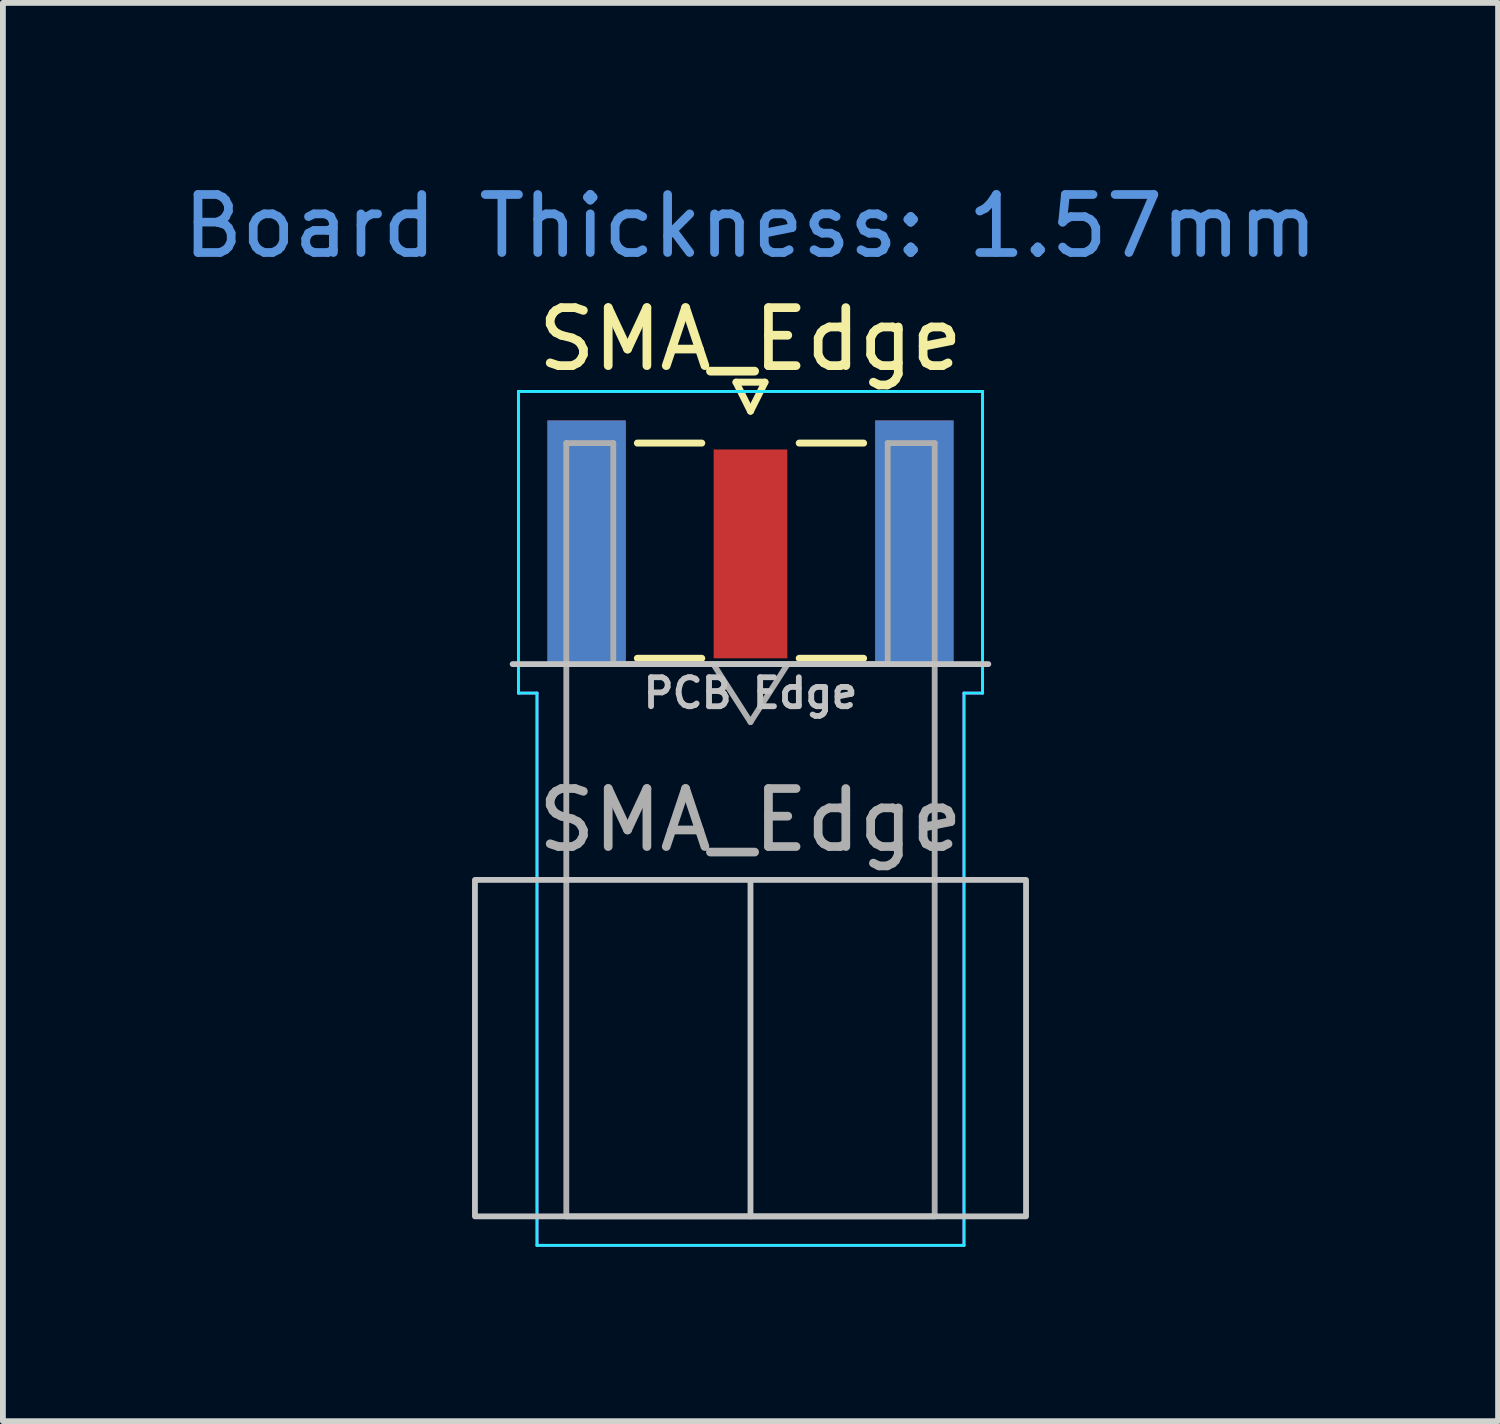
<source format=kicad_pcb>
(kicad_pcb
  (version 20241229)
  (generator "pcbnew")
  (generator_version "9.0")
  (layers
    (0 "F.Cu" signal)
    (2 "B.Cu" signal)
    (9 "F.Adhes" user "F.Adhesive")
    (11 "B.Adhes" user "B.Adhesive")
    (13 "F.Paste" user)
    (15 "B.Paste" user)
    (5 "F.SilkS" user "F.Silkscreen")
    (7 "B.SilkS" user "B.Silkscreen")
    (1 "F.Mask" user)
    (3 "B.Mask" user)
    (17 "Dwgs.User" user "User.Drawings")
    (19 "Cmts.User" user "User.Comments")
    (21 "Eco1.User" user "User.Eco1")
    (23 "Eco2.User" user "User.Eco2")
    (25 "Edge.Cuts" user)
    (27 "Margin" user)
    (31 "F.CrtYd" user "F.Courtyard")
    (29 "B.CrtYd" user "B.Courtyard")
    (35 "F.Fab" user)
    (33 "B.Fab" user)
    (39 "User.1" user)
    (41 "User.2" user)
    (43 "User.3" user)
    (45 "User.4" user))
  (footprint "SMA_Edge"
    (layer "F.Cu")
    (at 9.887 6.298)
    (property "Reference" "SMA_Edge" (at 0 -3.5 0) (layer "F.SilkS") (effects (font (size 1 1) (thickness 0.15))))
    (attr smd)
    (fp_line (start -1.95 -1.71) (end -0.84 -1.71) (stroke (width 0.12) (type solid)) (layer "F.SilkS"))
    (fp_line (start -1.95 2) (end -0.84 2) (stroke (width 0.12) (type solid)) (layer "F.SilkS"))
    (fp_line (start -0.25 -2.76) (end 0 -2.26) (stroke (width 0.12) (type solid)) (layer "F.SilkS"))
    (fp_line (start 0 -2.26) (end 0.25 -2.76) (stroke (width 0.12) (type solid)) (layer "F.SilkS"))
    (fp_line (start 0.25 -2.76) (end -0.25 -2.76) (stroke (width 0.12) (type solid)) (layer "F.SilkS"))
    (fp_line (start 0.84 -1.71) (end 1.95 -1.71) (stroke (width 0.12) (type solid)) (layer "F.SilkS"))
    (fp_line (start 0.84 2) (end 1.95 2) (stroke (width 0.12) (type solid)) (layer "F.SilkS"))
    (fp_line (start 0 5.82) (end 0 11.62) (stroke (width 0.1) (type default)) (layer "Dwgs.User"))
    (fp_line (start 4.1 2.1) (end -4.1 2.1) (stroke (width 0.1) (type solid)) (layer "Dwgs.User"))
    (fp_rect (start -4.75 5.82) (end 4.75 11.62) (stroke (width 0.1) (type default)) (fill no) (layer "Dwgs.User"))
    (fp_rect (start -6 3.9) (end 6 12.1) (stroke (width 0.1) (type default)) (fill no) (layer "Margin"))
    (fp_line (start -4 -2.6) (end 4 -2.6) (stroke (width 0.05) (type solid)) (layer "B.CrtYd"))
    (fp_line (start -4 2.6) (end -4 -2.6) (stroke (width 0.05) (type solid)) (layer "B.CrtYd"))
    (fp_line (start -3.68 2.6) (end -4 2.6) (stroke (width 0.05) (type solid)) (layer "B.CrtYd"))
    (fp_line (start -3.68 12.12) (end -3.68 2.6) (stroke (width 0.05) (type solid)) (layer "B.CrtYd"))
    (fp_line (start 3.68 2.6) (end 3.68 12.12) (stroke (width 0.05) (type solid)) (layer "B.CrtYd"))
    (fp_line (start 3.68 12.12) (end -3.68 12.12) (stroke (width 0.05) (type solid)) (layer "B.CrtYd"))
    (fp_line (start 4 2.6) (end 3.68 2.6) (stroke (width 0.05) (type solid)) (layer "B.CrtYd"))
    (fp_line (start 4 2.6) (end 4 -2.6) (stroke (width 0.05) (type solid)) (layer "B.CrtYd"))
    (fp_line (start -4 -2.6) (end 4 -2.6) (stroke (width 0.05) (type solid)) (layer "F.CrtYd"))
    (fp_line (start -4 2.6) (end -4 -2.6) (stroke (width 0.05) (type solid)) (layer "F.CrtYd"))
    (fp_line (start -3.68 2.6) (end -4 2.6) (stroke (width 0.05) (type solid)) (layer "F.CrtYd"))
    (fp_line (start -3.68 12.12) (end -3.68 2.6) (stroke (width 0.05) (type solid)) (layer "F.CrtYd"))
    (fp_line (start 3.68 2.6) (end 3.68 12.12) (stroke (width 0.05) (type solid)) (layer "F.CrtYd"))
    (fp_line (start 3.68 2.6) (end 4 2.6) (stroke (width 0.05) (type solid)) (layer "F.CrtYd"))
    (fp_line (start 3.68 12.12) (end -3.68 12.12) (stroke (width 0.05) (type solid)) (layer "F.CrtYd"))
    (fp_line (start 4 2.6) (end 4 -2.6) (stroke (width 0.05) (type solid)) (layer "F.CrtYd"))
    (fp_line (start -3.175 -1.71) (end -3.175 11.62) (stroke (width 0.1) (type solid)) (layer "F.Fab"))
    (fp_line (start -2.365 -1.71) (end -3.175 -1.71) (stroke (width 0.1) (type solid)) (layer "F.Fab"))
    (fp_line (start -2.365 2.1) (end -2.365 -1.71) (stroke (width 0.1) (type solid)) (layer "F.Fab"))
    (fp_line (start 0 3.1) (end -0.64 2.1) (stroke (width 0.1) (type solid)) (layer "F.Fab"))
    (fp_line (start 0.64 2.1) (end 0 3.1) (stroke (width 0.1) (type solid)) (layer "F.Fab"))
    (fp_line (start 2.365 -1.71) (end 2.365 2.1) (stroke (width 0.1) (type solid)) (layer "F.Fab"))
    (fp_line (start 2.365 2.1) (end -2.365 2.1) (stroke (width 0.1) (type solid)) (layer "F.Fab"))
    (fp_line (start 3.165 11.62) (end -3.165 11.62) (stroke (width 0.1) (type solid)) (layer "F.Fab"))
    (fp_line (start 3.175 -1.71) (end 2.365 -1.71) (stroke (width 0.1) (type solid)) (layer "F.Fab"))
    (fp_line (start 3.175 -1.71) (end 3.175 11.62) (stroke (width 0.1) (type solid)) (layer "F.Fab"))
    (fp_text user "PCB Edge" (at 0 2.6 0) (layer "Dwgs.User") (effects (font (size 0.5 0.5) (thickness 0.1))))
    (fp_text user "Board Thickness: 1.57mm" (at 0 -5.45 0) (layer "Cmts.User") (effects (font (size 1 1) (thickness 0.15))))
    (fp_text user "${REFERENCE}" (at 0 4.79 180) (layer "F.Fab") (effects (font (size 1 1) (thickness 0.15))))
    (pad "1" smd rect (at 0 0.2) (size 1.27 3.6) (layers "F.Cu" "F.Mask" "F.Paste"))
    (pad "2" smd rect (at -2.825 0) (size 1.35 4.2) (layers "F.Cu" "F.Mask" "F.Paste"))
    (pad "2" smd rect (at -2.825 0) (size 1.35 4.2) (layers "B.Cu" "B.Mask" "B.Paste"))
    (pad "2" smd rect (at 2.825 0) (size 1.35 4.2) (layers "F.Cu" "F.Mask" "F.Paste"))
    (pad "2" smd rect (at 2.825 0) (size 1.35 4.2) (layers "B.Cu" "B.Mask" "B.Paste")))
  (gr_rect
    (start -3 -3)
    (end 22.774 21.448)
    (stroke (width 0.1) (type default))
    (fill no)
    (layer "Edge.Cuts")))
</source>
